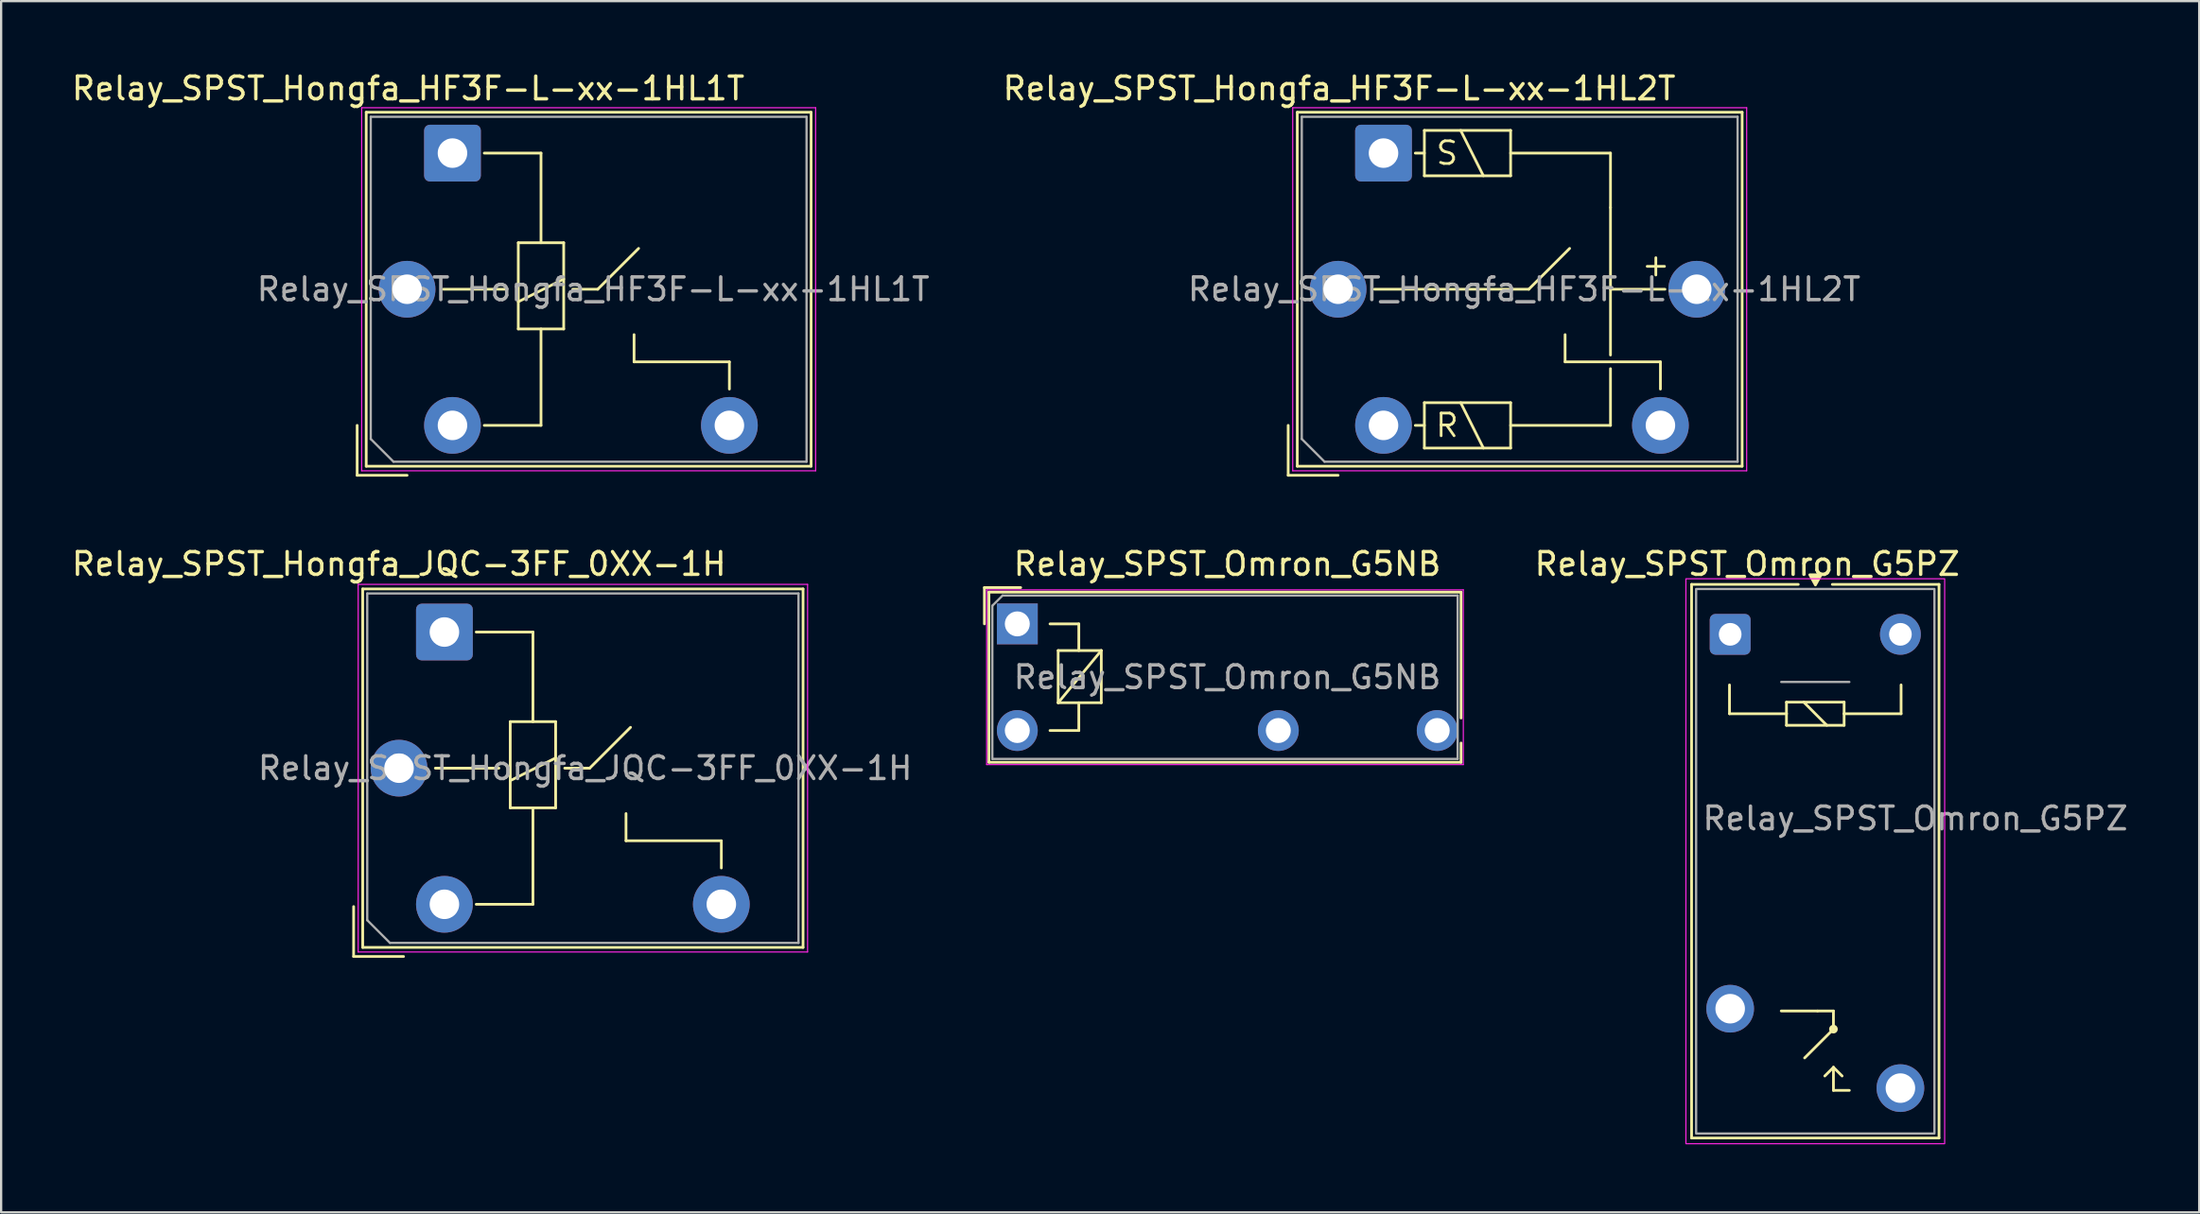
<source format=kicad_pcb>
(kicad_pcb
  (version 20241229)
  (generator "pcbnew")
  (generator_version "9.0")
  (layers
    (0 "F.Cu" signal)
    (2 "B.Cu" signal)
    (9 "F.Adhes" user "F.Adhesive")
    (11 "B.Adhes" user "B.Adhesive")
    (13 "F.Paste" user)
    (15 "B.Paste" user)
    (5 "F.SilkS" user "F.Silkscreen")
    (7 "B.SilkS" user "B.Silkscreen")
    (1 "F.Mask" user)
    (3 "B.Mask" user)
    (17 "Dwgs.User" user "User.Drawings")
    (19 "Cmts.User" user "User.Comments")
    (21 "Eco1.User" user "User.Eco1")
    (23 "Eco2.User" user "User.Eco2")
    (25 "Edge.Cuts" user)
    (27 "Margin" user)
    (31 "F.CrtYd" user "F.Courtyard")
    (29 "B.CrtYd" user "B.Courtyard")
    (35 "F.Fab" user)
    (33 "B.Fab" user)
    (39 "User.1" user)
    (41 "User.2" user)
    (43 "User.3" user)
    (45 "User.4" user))
  (footprint "Relay_SPST_Omron_G5PZ"
    (layer "F.Cu")
    (at 73.177 24.907)
    (property "Reference" "Relay_SPST_Omron_G5PZ" (at 0.75 -3.1 0) (unlocked yes) (layer "F.SilkS") (effects (font (size 1 1) (thickness 0.15))))
    (attr through_hole)
    (fp_line (start -1.7 -2.2) (end 3 -2.2) (stroke (width 0.12) (type default)) (layer "F.SilkS"))
    (fp_line (start -1.7 22.2) (end -1.7 -2.2) (stroke (width 0.12) (type default)) (layer "F.SilkS"))
    (fp_line (start -0.03 2.23) (end -0.03 3.5) (stroke (width 0.12) (type solid)) (layer "F.SilkS"))
    (fp_line (start -0.03 3.5) (end 2.48 3.5) (stroke (width 0.12) (type default)) (layer "F.SilkS"))
    (fp_line (start 2.25 16.6) (end 3.85 16.6) (stroke (width 0.12) (type default)) (layer "F.SilkS"))
    (fp_line (start 2.48 2.99) (end 5.02 2.99) (stroke (width 0.12) (type solid)) (layer "F.SilkS"))
    (fp_line (start 2.48 3.5) (end 2.48 2.99) (stroke (width 0.12) (type solid)) (layer "F.SilkS"))
    (fp_line (start 2.48 4.01) (end 2.48 3.5) (stroke (width 0.12) (type solid)) (layer "F.SilkS"))
    (fp_line (start 3.242 2.99) (end 4.258 4.01) (stroke (width 0.12) (type solid)) (layer "F.SilkS"))
    (fp_line (start 4.55 16.6) (end 3.85 16.6) (stroke (width 0.12) (type default)) (layer "F.SilkS"))
    (fp_line (start 4.55 17.4) (end 3.28 18.67) (stroke (width 0.12) (type solid)) (layer "F.SilkS"))
    (fp_line (start 4.55 17.4) (end 4.55 16.6) (stroke (width 0.12) (type default)) (layer "F.SilkS"))
    (fp_line (start 4.55 19.084) (end 4.169 19.465) (stroke (width 0.12) (type solid)) (layer "F.SilkS"))
    (fp_line (start 4.55 19.084) (end 4.55 20.1) (stroke (width 0.12) (type solid)) (layer "F.SilkS"))
    (fp_line (start 4.55 19.084) (end 4.931 19.465) (stroke (width 0.12) (type solid)) (layer "F.SilkS"))
    (fp_line (start 5.02 2.99) (end 5.02 3.5) (stroke (width 0.12) (type solid)) (layer "F.SilkS"))
    (fp_line (start 5.02 3.5) (end 5.02 4.01) (stroke (width 0.12) (type solid)) (layer "F.SilkS"))
    (fp_line (start 5.02 3.5) (end 7.53 3.5) (stroke (width 0.12) (type default)) (layer "F.SilkS"))
    (fp_line (start 5.02 4.01) (end 2.48 4.01) (stroke (width 0.12) (type solid)) (layer "F.SilkS"))
    (fp_line (start 5.25 20.1) (end 4.55 20.1) (stroke (width 0.12) (type solid)) (layer "F.SilkS"))
    (fp_line (start 7.53 3.5) (end 7.53 2.23) (stroke (width 0.12) (type solid)) (layer "F.SilkS"))
    (fp_line (start 9.2 -2.2) (end 4.5 -2.2) (stroke (width 0.12) (type default)) (layer "F.SilkS"))
    (fp_line (start 9.2 -2.2) (end 9.2 22.2) (stroke (width 0.12) (type default)) (layer "F.SilkS"))
    (fp_line (start 9.2 22.2) (end -1.7 22.2) (stroke (width 0.12) (type default)) (layer "F.SilkS"))
    (fp_circle (center 4.55 17.4) (end 4.68 17.4) (stroke (width 0.12) (type solid)) (fill yes) (layer "F.SilkS"))
    (fp_poly (pts (xy 3.756 -2.175) (xy 3.506 -2.625) (xy 4.006 -2.625) (xy 3.756 -2.175)) (stroke (width 0.12) (type solid)) (fill yes) (layer "F.SilkS"))
    (fp_rect (start -1.95 -2.45) (end 9.45 22.45) (stroke (width 0.05) (type default)) (fill no) (layer "F.CrtYd"))
    (fp_line (start 2.25 2.1) (end 5.25 2.1) (stroke (width 0.1) (type default)) (layer "F.Fab"))
    (fp_rect (start -1.5 -2) (end 9 22) (stroke (width 0.1) (type default)) (fill no) (layer "F.Fab"))
    (fp_text user "${REFERENCE}" (at -1.3 8.7 0) (unlocked yes) (layer "F.Fab") (effects (font (size 1 1) (thickness 0.15)) (justify left bottom)))
    (pad "13" thru_hole circle (at 0 16.5 90) (size 2.1 2.1) (drill 1.3) (layers "*.Cu" "*.Mask"))
    (pad "14" thru_hole circle (at 7.5 20 90) (size 2.1 2.1) (drill 1.3) (layers "*.Cu" "*.Mask"))
    (pad "A1" thru_hole roundrect (at 0 0 90) (size 1.8 1.8) (drill 1) (layers "*.Cu" "*.Mask") (roundrect_rratio 0.139))
    (pad "A2" thru_hole circle (at 7.5 0 90) (size 1.8 1.8) (drill 1) (layers "*.Cu" "*.Mask")))
  (footprint "Relay_SPST_Hongfa_HF3F-L-xx-1HL1T"
    (layer "F.Cu")
    (at 16.885 3.698)
    (property "Reference" "Relay_SPST_Hongfa_HF3F-L-xx-1HL1T" (at -1.95 -2.85 0) (layer "F.SilkS") (effects (font (size 1 1) (thickness 0.15))))
    (attr through_hole)
    (fp_line (start -4.2 12) (end -4.2 14.2) (stroke (width 0.12) (type solid)) (layer "F.SilkS"))
    (fp_line (start -4.2 14.2) (end -2 14.2) (stroke (width 0.12) (type solid)) (layer "F.SilkS"))
    (fp_line (start -3.8 -1.8) (end -3.8 13.8) (stroke (width 0.12) (type solid)) (layer "F.SilkS"))
    (fp_line (start -3.8 13.8) (end 15.8 13.8) (stroke (width 0.12) (type solid)) (layer "F.SilkS"))
    (fp_line (start -0.4 6) (end 2.4 6) (stroke (width 0.12) (type solid)) (layer "F.SilkS"))
    (fp_line (start 2.9 3.95) (end 2.9 7.75) (stroke (width 0.12) (type solid)) (layer "F.SilkS"))
    (fp_line (start 2.9 7.75) (end 4.9 7.75) (stroke (width 0.12) (type solid)) (layer "F.SilkS"))
    (fp_line (start 3.9 0) (end 1.4 0) (stroke (width 0.12) (type solid)) (layer "F.SilkS"))
    (fp_line (start 3.9 3.95) (end 3.9 0) (stroke (width 0.12) (type default)) (layer "F.SilkS"))
    (fp_line (start 3.9 7.75) (end 3.9 12) (stroke (width 0.12) (type default)) (layer "F.SilkS"))
    (fp_line (start 3.9 12) (end 1.4 12) (stroke (width 0.12) (type solid)) (layer "F.SilkS"))
    (fp_line (start 4.9 3.95) (end 2.9 3.95) (stroke (width 0.12) (type solid)) (layer "F.SilkS"))
    (fp_line (start 4.9 5.55) (end 2.9 6.55) (stroke (width 0.12) (type solid)) (layer "F.SilkS"))
    (fp_line (start 4.9 7.75) (end 4.9 3.95) (stroke (width 0.12) (type solid)) (layer "F.SilkS"))
    (fp_line (start 6.4 6) (end 5.3 6) (stroke (width 0.12) (type default)) (layer "F.SilkS"))
    (fp_line (start 6.4 6) (end 8.2 4.2) (stroke (width 0.12) (type solid)) (layer "F.SilkS"))
    (fp_line (start 8 9.2) (end 8 8) (stroke (width 0.12) (type solid)) (layer "F.SilkS"))
    (fp_line (start 12.2 9.2) (end 8 9.2) (stroke (width 0.12) (type solid)) (layer "F.SilkS"))
    (fp_line (start 12.2 10.4) (end 12.2 9.2) (stroke (width 0.12) (type solid)) (layer "F.SilkS"))
    (fp_line (start 15.8 -1.8) (end -3.8 -1.8) (stroke (width 0.12) (type solid)) (layer "F.SilkS"))
    (fp_line (start 15.8 13.8) (end 15.8 -1.8) (stroke (width 0.12) (type solid)) (layer "F.SilkS"))
    (fp_line (start -4 -2) (end -4 14) (stroke (width 0.05) (type solid)) (layer "F.CrtYd"))
    (fp_line (start -4 14) (end 16 14) (stroke (width 0.05) (type solid)) (layer "F.CrtYd"))
    (fp_line (start 16 -2) (end -4 -2) (stroke (width 0.05) (type solid)) (layer "F.CrtYd"))
    (fp_line (start 16 14) (end 16 -2) (stroke (width 0.05) (type solid)) (layer "F.CrtYd"))
    (fp_line (start -3.6 -1.6) (end -3.6 12.6) (stroke (width 0.1) (type solid)) (layer "F.Fab"))
    (fp_line (start -3.6 12.6) (end -2.6 13.6) (stroke (width 0.1) (type solid)) (layer "F.Fab"))
    (fp_line (start -2.6 13.6) (end 15.6 13.6) (stroke (width 0.1) (type solid)) (layer "F.Fab"))
    (fp_line (start 15.6 -1.6) (end -3.6 -1.6) (stroke (width 0.1) (type solid)) (layer "F.Fab"))
    (fp_line (start 15.6 13.6) (end 15.6 -1.6) (stroke (width 0.1) (type solid)) (layer "F.Fab"))
    (fp_text user "${REFERENCE}" (at 6.2 6 0) (layer "F.Fab") (effects (font (size 1 1) (thickness 0.15))))
    (pad "11" thru_hole circle (at -2 6) (size 2.5 2.5) (drill 1.3) (layers "*.Cu" "*.Mask"))
    (pad "14" thru_hole circle (at 12.2 12) (size 2.5 2.5) (drill 1.3) (layers "*.Cu" "*.Mask"))
    (pad "A1" thru_hole roundrect (at 0 0) (size 2.5 2.5) (drill 1.3) (layers "*.Cu" "*.Mask") (roundrect_rratio 0.1))
    (pad "A2" thru_hole circle (at 0 12) (size 2.5 2.5) (drill 1.3) (layers "*.Cu" "*.Mask")))
  (footprint "Relay_SPST_Omron_G5NB"
    (layer "F.Cu")
    (at 41.77 24.447)
    (property "Reference" "Relay_SPST_Omron_G5NB" (at 9.25 -2.64 0) (layer "F.SilkS") (effects (font (size 1 1) (thickness 0.15))))
    (attr through_hole)
    (fp_line (start -1.45 -1.6) (end -1.45 0) (stroke (width 0.12) (type solid)) (layer "F.SilkS"))
    (fp_line (start -1.25 -1.4) (end -1.25 6.1) (stroke (width 0.12) (type solid)) (layer "F.SilkS"))
    (fp_line (start -1.25 6.1) (end 19.55 6.1) (stroke (width 0.12) (type solid)) (layer "F.SilkS"))
    (fp_line (start 0.15 -1.6) (end -1.45 -1.6) (stroke (width 0.12) (type solid)) (layer "F.SilkS"))
    (fp_line (start 1.44 4.7) (end 2.71 4.7) (stroke (width 0.12) (type solid)) (layer "F.SilkS"))
    (fp_line (start 1.8 1.175) (end 1.8 3.475) (stroke (width 0.12) (type solid)) (layer "F.SilkS"))
    (fp_line (start 1.8 3.475) (end 3.7 1.175) (stroke (width 0.12) (type solid)) (layer "F.SilkS"))
    (fp_line (start 1.8 3.475) (end 3.7 3.475) (stroke (width 0.12) (type solid)) (layer "F.SilkS"))
    (fp_line (start 2.71 0) (end 1.44 0) (stroke (width 0.12) (type solid)) (layer "F.SilkS"))
    (fp_line (start 2.71 1.175) (end 2.71 0) (stroke (width 0.12) (type solid)) (layer "F.SilkS"))
    (fp_line (start 2.71 4.7) (end 2.71 3.475) (stroke (width 0.12) (type solid)) (layer "F.SilkS"))
    (fp_line (start 3.7 1.175) (end 1.8 1.175) (stroke (width 0.12) (type solid)) (layer "F.SilkS"))
    (fp_line (start 3.7 3.475) (end 3.7 1.175) (stroke (width 0.12) (type solid)) (layer "F.SilkS"))
    (fp_line (start 19.55 -1.4) (end -1.25 -1.4) (stroke (width 0.12) (type solid)) (layer "F.SilkS"))
    (fp_line (start 19.55 4.15) (end 19.55 -1.4) (stroke (width 0.12) (type solid)) (layer "F.SilkS"))
    (fp_line (start 19.55 6.1) (end 19.55 5.25) (stroke (width 0.12) (type default)) (layer "F.SilkS"))
    (fp_line (start -1.35 -1.5) (end -1.35 6.2) (stroke (width 0.05) (type solid)) (layer "F.CrtYd"))
    (fp_line (start -1.35 6.2) (end 19.65 6.2) (stroke (width 0.05) (type solid)) (layer "F.CrtYd"))
    (fp_line (start 19.65 -1.5) (end -1.35 -1.5) (stroke (width 0.05) (type solid)) (layer "F.CrtYd"))
    (fp_line (start 19.65 6.2) (end 19.65 -1.5) (stroke (width 0.05) (type solid)) (layer "F.CrtYd"))
    (fp_line (start -1.1 -0.8) (end -1.1 5.95) (stroke (width 0.1) (type solid)) (layer "F.Fab"))
    (fp_line (start -1.1 5.95) (end 19.4 5.95) (stroke (width 0.1) (type solid)) (layer "F.Fab"))
    (fp_line (start -0.65 -1.25) (end -1.1 -0.8) (stroke (width 0.1) (type solid)) (layer "F.Fab"))
    (fp_line (start 19.4 -1.25) (end -0.65 -1.25) (stroke (width 0.1) (type solid)) (layer "F.Fab"))
    (fp_line (start 19.4 5.95) (end 19.4 -1.25) (stroke (width 0.1) (type solid)) (layer "F.Fab"))
    (fp_text user "${REFERENCE}" (at 9.25 2.35 180) (layer "F.Fab") (effects (font (size 1 1) (thickness 0.15))))
    (pad "13" thru_hole oval (at 11.5 4.7 180) (size 1.8 1.8) (drill 1.1) (layers "*.Cu" "*.Mask"))
    (pad "14" thru_hole oval (at 18.5 4.7 180) (size 1.8 1.8) (drill 1.1) (layers "*.Cu" "*.Mask"))
    (pad "A1" thru_hole rect (at 0 0 180) (size 1.8 1.8) (drill 1.1) (layers "*.Cu" "*.Mask"))
    (pad "A2" thru_hole oval (at 0 4.7 180) (size 1.8 1.8) (drill 1.1) (layers "*.Cu" "*.Mask")))
  (footprint "Relay_SPST_Hongfa_HF3F-L-xx-1HL2T"
    (layer "F.Cu")
    (at 57.904 3.698)
    (property "Reference" "Relay_SPST_Hongfa_HF3F-L-xx-1HL2T" (at -1.95 -2.85 0) (layer "F.SilkS") (effects (font (size 1 1) (thickness 0.15))))
    (attr through_hole)
    (fp_line (start -4.2 12) (end -4.2 14.2) (stroke (width 0.12) (type solid)) (layer "F.SilkS"))
    (fp_line (start -4.2 14.2) (end -2 14.2) (stroke (width 0.12) (type solid)) (layer "F.SilkS"))
    (fp_line (start -3.8 -1.8) (end -3.8 13.8) (stroke (width 0.12) (type solid)) (layer "F.SilkS"))
    (fp_line (start -3.8 13.8) (end 15.8 13.8) (stroke (width 0.12) (type solid)) (layer "F.SilkS"))
    (fp_line (start -0.4 6) (end 6.4 6) (stroke (width 0.12) (type solid)) (layer "F.SilkS"))
    (fp_line (start 1.8 -1) (end 1.8 1) (stroke (width 0.12) (type solid)) (layer "F.SilkS"))
    (fp_line (start 1.8 0) (end 1.4 0) (stroke (width 0.12) (type solid)) (layer "F.SilkS"))
    (fp_line (start 1.8 1) (end 5.6 1) (stroke (width 0.12) (type solid)) (layer "F.SilkS"))
    (fp_line (start 1.8 11) (end 1.8 13) (stroke (width 0.12) (type solid)) (layer "F.SilkS"))
    (fp_line (start 1.8 12) (end 1.4 12) (stroke (width 0.12) (type solid)) (layer "F.SilkS"))
    (fp_line (start 1.8 13) (end 5.6 13) (stroke (width 0.12) (type solid)) (layer "F.SilkS"))
    (fp_line (start 3.4 -1) (end 4.4 1) (stroke (width 0.12) (type solid)) (layer "F.SilkS"))
    (fp_line (start 3.4 11) (end 4.4 13) (stroke (width 0.12) (type solid)) (layer "F.SilkS"))
    (fp_line (start 5.6 -1) (end 1.8 -1) (stroke (width 0.12) (type solid)) (layer "F.SilkS"))
    (fp_line (start 5.6 0) (end 10 0) (stroke (width 0.12) (type solid)) (layer "F.SilkS"))
    (fp_line (start 5.6 1) (end 5.6 -1) (stroke (width 0.12) (type solid)) (layer "F.SilkS"))
    (fp_line (start 5.6 11) (end 1.8 11) (stroke (width 0.12) (type solid)) (layer "F.SilkS"))
    (fp_line (start 5.6 13) (end 5.6 11) (stroke (width 0.12) (type solid)) (layer "F.SilkS"))
    (fp_line (start 6.4 6) (end 8.2 4.2) (stroke (width 0.12) (type solid)) (layer "F.SilkS"))
    (fp_line (start 8 9.2) (end 8 8) (stroke (width 0.12) (type solid)) (layer "F.SilkS"))
    (fp_line (start 10 0) (end 10 2.4) (stroke (width 0.12) (type solid)) (layer "F.SilkS"))
    (fp_line (start 10 2.4) (end 10 8.9) (stroke (width 0.12) (type solid)) (layer "F.SilkS"))
    (fp_line (start 10 6) (end 12.4 6) (stroke (width 0.12) (type solid)) (layer "F.SilkS"))
    (fp_line (start 10 9.5) (end 10 12) (stroke (width 0.12) (type solid)) (layer "F.SilkS"))
    (fp_line (start 10 12) (end 5.6 12) (stroke (width 0.12) (type solid)) (layer "F.SilkS"))
    (fp_line (start 12.2 9.2) (end 8 9.2) (stroke (width 0.12) (type solid)) (layer "F.SilkS"))
    (fp_line (start 12.2 10.4) (end 12.2 9.2) (stroke (width 0.12) (type solid)) (layer "F.SilkS"))
    (fp_line (start 15.8 -1.8) (end -3.8 -1.8) (stroke (width 0.12) (type solid)) (layer "F.SilkS"))
    (fp_line (start 15.8 13.8) (end 15.8 -1.8) (stroke (width 0.12) (type solid)) (layer "F.SilkS"))
    (fp_line (start -4 -2) (end -4 14) (stroke (width 0.05) (type solid)) (layer "F.CrtYd"))
    (fp_line (start -4 14) (end 16 14) (stroke (width 0.05) (type solid)) (layer "F.CrtYd"))
    (fp_line (start 16 -2) (end -4 -2) (stroke (width 0.05) (type solid)) (layer "F.CrtYd"))
    (fp_line (start 16 14) (end 16 -2) (stroke (width 0.05) (type solid)) (layer "F.CrtYd"))
    (fp_line (start -3.6 -1.6) (end -3.6 12.6) (stroke (width 0.1) (type solid)) (layer "F.Fab"))
    (fp_line (start -3.6 12.6) (end -2.6 13.6) (stroke (width 0.1) (type solid)) (layer "F.Fab"))
    (fp_line (start -2.6 13.6) (end 15.6 13.6) (stroke (width 0.1) (type solid)) (layer "F.Fab"))
    (fp_line (start 15.6 -1.6) (end -3.6 -1.6) (stroke (width 0.1) (type solid)) (layer "F.Fab"))
    (fp_line (start 15.6 13.6) (end 15.6 -1.6) (stroke (width 0.1) (type solid)) (layer "F.Fab"))
    (fp_text user "R" (at 2.8 12 180) (layer "F.SilkS") (effects (font (size 1 1) (thickness 0.12))))
    (fp_text user "+" (at 11.3 5.5 0) (unlocked yes) (layer "F.SilkS") (effects (font (size 1 1) (thickness 0.12)) (justify left bottom)))
    (fp_text user "S" (at 2.8 0 0) (layer "F.SilkS") (effects (font (size 1 1) (thickness 0.12))))
    (fp_text user "${REFERENCE}" (at 6.2 6 0) (layer "F.Fab") (effects (font (size 1 1) (thickness 0.15))))
    (pad "11" thru_hole circle (at -2 6) (size 2.5 2.5) (drill 1.3) (layers "*.Cu" "*.Mask"))
    (pad "14" thru_hole circle (at 12.2 12) (size 2.5 2.5) (drill 1.3) (layers "*.Cu" "*.Mask"))
    (pad "A1" thru_hole roundrect (at 0 0) (size 2.5 2.5) (drill 1.3) (layers "*.Cu" "*.Mask") (roundrect_rratio 0.1))
    (pad "A2" thru_hole circle (at 0 12) (size 2.5 2.5) (drill 1.3) (layers "*.Cu" "*.Mask"))
    (pad "A3" thru_hole circle (at 13.8 6) (size 2.5 2.5) (drill 1.3) (layers "*.Cu" "*.Mask")))
  (footprint "Relay_SPST_Hongfa_JQC-3FF_0XX-1H"
    (layer "F.Cu")
    (at 16.53 24.806)
    (property "Reference" "Relay_SPST_Hongfa_JQC-3FF_0XX-1H" (at -2 -3 0) (layer "F.SilkS") (effects (font (size 1 1) (thickness 0.15))))
    (attr through_hole)
    (fp_line (start -4 12.1) (end -4 14.3) (stroke (width 0.12) (type solid)) (layer "F.SilkS"))
    (fp_line (start -4 14.3) (end -1.8 14.3) (stroke (width 0.12) (type solid)) (layer "F.SilkS"))
    (fp_line (start -3.6 -1.9) (end -3.6 13.9) (stroke (width 0.12) (type solid)) (layer "F.SilkS"))
    (fp_line (start -3.6 13.9) (end 15.8 13.9) (stroke (width 0.12) (type solid)) (layer "F.SilkS"))
    (fp_line (start -0.4 6) (end 2.4 6) (stroke (width 0.12) (type solid)) (layer "F.SilkS"))
    (fp_line (start 2.9 3.95) (end 2.9 7.75) (stroke (width 0.12) (type solid)) (layer "F.SilkS"))
    (fp_line (start 2.9 7.75) (end 4.9 7.75) (stroke (width 0.12) (type solid)) (layer "F.SilkS"))
    (fp_line (start 3.9 0) (end 1.4 0) (stroke (width 0.12) (type solid)) (layer "F.SilkS"))
    (fp_line (start 3.9 3.95) (end 3.9 0) (stroke (width 0.12) (type default)) (layer "F.SilkS"))
    (fp_line (start 3.9 7.75) (end 3.9 12) (stroke (width 0.12) (type default)) (layer "F.SilkS"))
    (fp_line (start 3.9 12) (end 1.4 12) (stroke (width 0.12) (type solid)) (layer "F.SilkS"))
    (fp_line (start 4.9 3.95) (end 2.9 3.95) (stroke (width 0.12) (type solid)) (layer "F.SilkS"))
    (fp_line (start 4.9 5.55) (end 2.9 6.55) (stroke (width 0.12) (type solid)) (layer "F.SilkS"))
    (fp_line (start 4.9 7.75) (end 4.9 3.95) (stroke (width 0.12) (type solid)) (layer "F.SilkS"))
    (fp_line (start 6.4 6) (end 5.3 6) (stroke (width 0.12) (type default)) (layer "F.SilkS"))
    (fp_line (start 6.4 6) (end 8.2 4.2) (stroke (width 0.12) (type solid)) (layer "F.SilkS"))
    (fp_line (start 8 9.2) (end 8 8) (stroke (width 0.12) (type solid)) (layer "F.SilkS"))
    (fp_line (start 12.2 9.2) (end 8 9.2) (stroke (width 0.12) (type solid)) (layer "F.SilkS"))
    (fp_line (start 12.2 10.4) (end 12.2 9.2) (stroke (width 0.12) (type solid)) (layer "F.SilkS"))
    (fp_line (start 15.8 -1.9) (end -3.6 -1.9) (stroke (width 0.12) (type solid)) (layer "F.SilkS"))
    (fp_line (start 15.8 13.9) (end 15.8 -1.9) (stroke (width 0.12) (type solid)) (layer "F.SilkS"))
    (fp_line (start -3.8 -2.1) (end -3.8 14.1) (stroke (width 0.05) (type solid)) (layer "F.CrtYd"))
    (fp_line (start -3.8 14.1) (end 16 14.1) (stroke (width 0.05) (type solid)) (layer "F.CrtYd"))
    (fp_line (start 16 -2.1) (end -3.8 -2.1) (stroke (width 0.05) (type solid)) (layer "F.CrtYd"))
    (fp_line (start 16 14.1) (end 16 -2.1) (stroke (width 0.05) (type solid)) (layer "F.CrtYd"))
    (fp_line (start -3.4 -1.7) (end -3.4 12.7) (stroke (width 0.1) (type solid)) (layer "F.Fab"))
    (fp_line (start -3.4 12.7) (end -2.4 13.7) (stroke (width 0.1) (type solid)) (layer "F.Fab"))
    (fp_line (start -2.4 13.7) (end 15.6 13.7) (stroke (width 0.1) (type solid)) (layer "F.Fab"))
    (fp_line (start 15.6 -1.7) (end -3.4 -1.7) (stroke (width 0.1) (type solid)) (layer "F.Fab"))
    (fp_line (start 15.6 13.7) (end 15.6 -1.7) (stroke (width 0.1) (type solid)) (layer "F.Fab"))
    (fp_text user "${REFERENCE}" (at 6.2 6 0) (layer "F.Fab") (effects (font (size 1 1) (thickness 0.15))))
    (pad "13" thru_hole circle (at -2 6) (size 2.5 2.5) (drill 1.3) (layers "*.Cu" "*.Mask"))
    (pad "14" thru_hole circle (at 12.2 12) (size 2.5 2.5) (drill 1.3) (layers "*.Cu" "*.Mask"))
    (pad "A1" thru_hole roundrect (at 0 0) (size 2.5 2.5) (drill 1.3) (layers "*.Cu" "*.Mask") (roundrect_rratio 0.1))
    (pad "A2" thru_hole circle (at 0 12) (size 2.5 2.5) (drill 1.3) (layers "*.Cu" "*.Mask")))
  (gr_rect
    (start -3 -3)
    (end 93.841 50.382)
    (stroke (width 0.1) (type default))
    (fill no)
    (layer "Edge.Cuts")))
</source>
